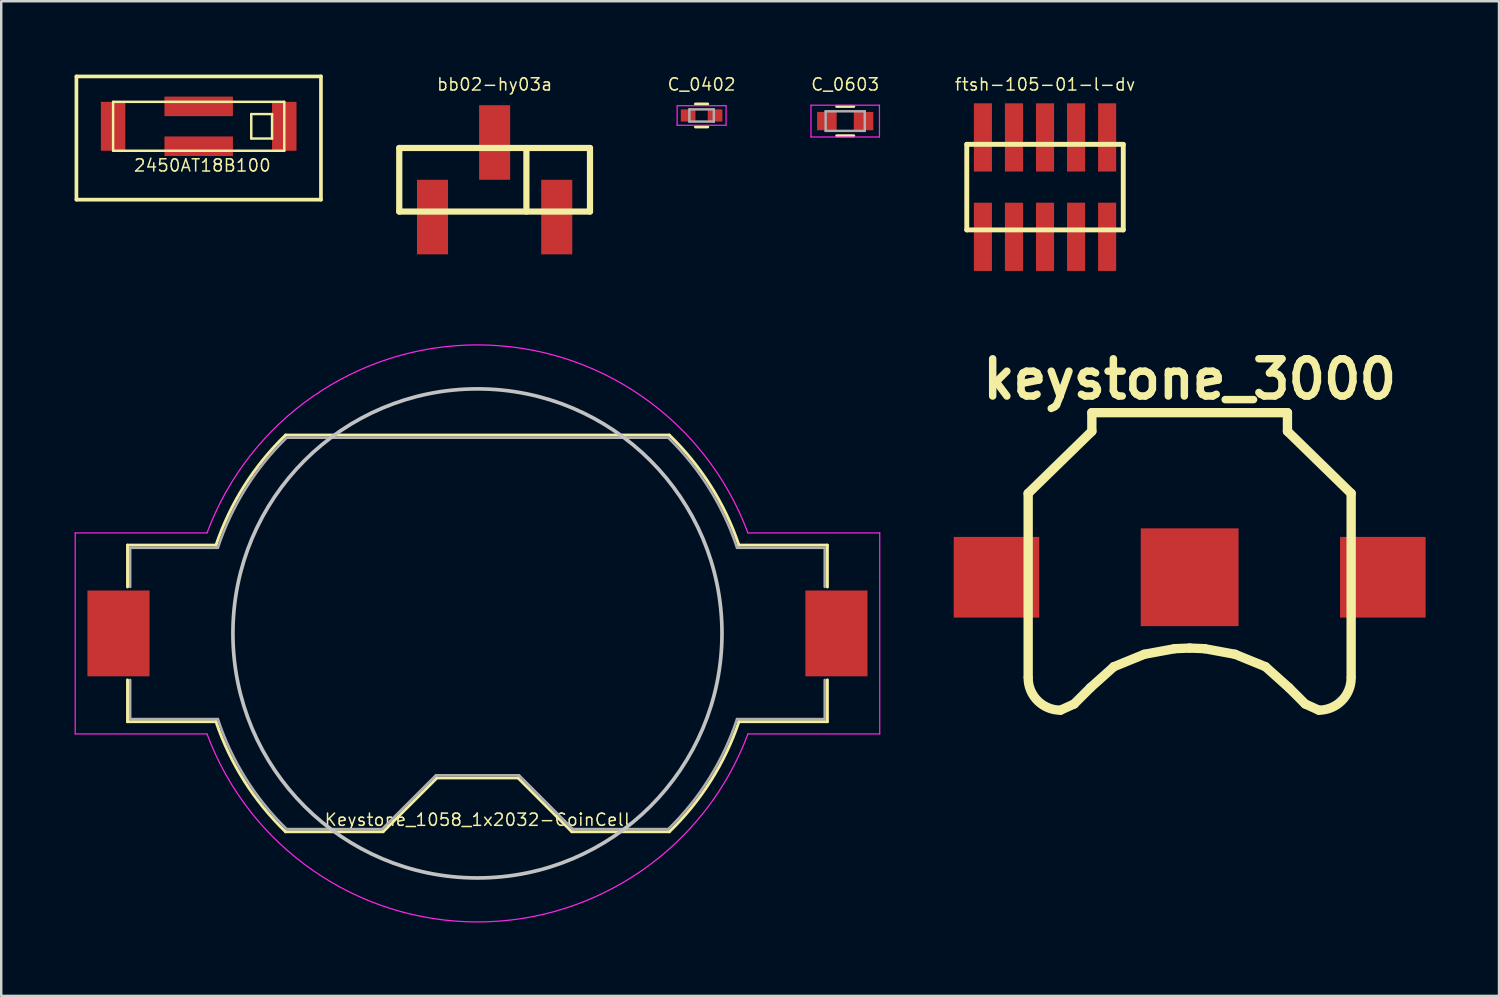
<source format=kicad_pcb>
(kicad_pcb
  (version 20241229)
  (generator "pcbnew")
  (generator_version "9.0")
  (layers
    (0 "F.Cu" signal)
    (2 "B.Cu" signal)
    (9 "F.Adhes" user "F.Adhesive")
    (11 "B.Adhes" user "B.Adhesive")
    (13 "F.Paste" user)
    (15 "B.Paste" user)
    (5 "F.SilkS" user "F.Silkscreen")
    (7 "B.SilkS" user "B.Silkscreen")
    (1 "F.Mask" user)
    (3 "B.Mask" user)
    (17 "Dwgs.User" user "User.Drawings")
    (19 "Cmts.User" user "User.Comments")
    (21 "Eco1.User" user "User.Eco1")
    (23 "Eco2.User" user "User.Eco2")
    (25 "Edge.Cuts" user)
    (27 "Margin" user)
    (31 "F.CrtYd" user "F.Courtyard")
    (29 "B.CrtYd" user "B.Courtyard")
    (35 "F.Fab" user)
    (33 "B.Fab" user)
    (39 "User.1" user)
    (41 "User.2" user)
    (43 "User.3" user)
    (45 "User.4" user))
  (footprint "2450AT18B100"
    (layer "F.Cu")
    (at 5.075 2.115)
    (property "Reference" "2450AT18B100" (at 0.15 1.6 0) (layer "F.SilkS") (effects (font (size 0.5 0.5) (thickness 0.062))))
    (attr through_hole)
    (fp_line (start -5 -2.04) (end 5 -2.04) (stroke (width 0.15) (type solid)) (layer "F.SilkS"))
    (fp_line (start -5 3) (end -5 -2.04) (stroke (width 0.15) (type solid)) (layer "F.SilkS"))
    (fp_line (start -3.5 -1) (end -3.5 1) (stroke (width 0.1) (type solid)) (layer "F.SilkS"))
    (fp_line (start -3.5 -1) (end 3.5 -1) (stroke (width 0.1) (type solid)) (layer "F.SilkS"))
    (fp_line (start -3.5 1) (end 3.5 1) (stroke (width 0.1) (type solid)) (layer "F.SilkS"))
    (fp_line (start 2.15 -0.5) (end 2.15 0.5) (stroke (width 0.1) (type solid)) (layer "F.SilkS"))
    (fp_line (start 2.15 0.5) (end 3 0.5) (stroke (width 0.1) (type solid)) (layer "F.SilkS"))
    (fp_line (start 3 -0.5) (end 2.15 -0.5) (stroke (width 0.1) (type solid)) (layer "F.SilkS"))
    (fp_line (start 3 0.5) (end 3 -0.5) (stroke (width 0.1) (type solid)) (layer "F.SilkS"))
    (fp_line (start 3.5 -1) (end 3.5 1) (stroke (width 0.1) (type solid)) (layer "F.SilkS"))
    (fp_line (start 5 -2.04) (end 5 3) (stroke (width 0.15) (type solid)) (layer "F.SilkS"))
    (fp_line (start 5 3) (end -5 3) (stroke (width 0.15) (type solid)) (layer "F.SilkS"))
    (pad "1" smd rect (at 3.5 0) (size 1 2) (layers "F.Cu" "F.Mask" "F.Paste"))
    (pad "2" smd rect (at -3.5 0) (size 1 2) (layers "F.Cu" "F.Mask" "F.Paste"))
    (pad "3" smd rect (at 0 -0.815) (size 2.8 0.8) (layers "F.Cu" "F.Mask" "F.Paste"))
    (pad "4" smd rect (at 0 0.815) (size 2.8 0.8) (layers "F.Cu" "F.Mask" "F.Paste")))
  (footprint "bb02-hy03a"
    (layer "F.Cu")
    (at 17.177 4.302)
    (property "Reference" "bb02-hy03a" (at 0 -3.9 0) (layer "F.SilkS") (effects (font (size 0.5 0.5) (thickness 0.062))))
    (attr through_hole)
    (fp_line (start -3.9 -1.3) (end 3.9 -1.3) (stroke (width 0.254) (type solid)) (layer "F.SilkS"))
    (fp_line (start -3.9 1.3) (end -3.9 -1.3) (stroke (width 0.254) (type solid)) (layer "F.SilkS"))
    (fp_line (start 1.3 1.3) (end 1.3 -1.3) (stroke (width 0.254) (type solid)) (layer "F.SilkS"))
    (fp_line (start 3.9 -1.3) (end 3.9 1.3) (stroke (width 0.254) (type solid)) (layer "F.SilkS"))
    (fp_line (start 3.9 1.3) (end -3.9 1.3) (stroke (width 0.254) (type solid)) (layer "F.SilkS"))
    (pad "1" smd rect (at 2.54 1.525) (size 1.27 3.05) (layers "F.Cu" "F.Mask" "F.Paste"))
    (pad "2" smd rect (at 0 -1.525) (size 1.27 3.05) (layers "F.Cu" "F.Mask" "F.Paste"))
    (pad "3" smd rect (at -2.54 1.525) (size 1.27 3.05) (layers "F.Cu" "F.Mask" "F.Paste")))
  (footprint "ftsh-105-01-l-dv"
    (layer "F.Cu")
    (at 39.685 4.602)
    (property "Reference" "ftsh-105-01-l-dv" (at 0 -4.2 0) (layer "F.SilkS") (effects (font (size 0.5 0.5) (thickness 0.062))))
    (attr through_hole)
    (fp_line (start -3.2 -1.75) (end -3.2 1.75) (stroke (width 0.2) (type solid)) (layer "F.SilkS"))
    (fp_line (start -3.2 -1.75) (end 3.2 -1.75) (stroke (width 0.2) (type solid)) (layer "F.SilkS"))
    (fp_line (start -3.2 1.75) (end 3.2 1.75) (stroke (width 0.2) (type solid)) (layer "F.SilkS"))
    (fp_line (start 3.2 -1.75) (end 3.2 1.75) (stroke (width 0.2) (type solid)) (layer "F.SilkS"))
    (pad "1" smd rect (at -2.54 2.032) (size 0.74 2.79) (layers "F.Cu" "F.Mask" "F.Paste"))
    (pad "2" smd rect (at -2.54 -2.032) (size 0.74 2.79) (layers "F.Cu" "F.Mask" "F.Paste"))
    (pad "3" smd rect (at -1.27 2.032) (size 0.74 2.79) (layers "F.Cu" "F.Mask" "F.Paste"))
    (pad "4" smd rect (at -1.27 -2.032) (size 0.74 2.79) (layers "F.Cu" "F.Mask" "F.Paste"))
    (pad "5" smd rect (at 0 2.032) (size 0.74 2.79) (layers "F.Cu" "F.Mask" "F.Paste"))
    (pad "6" smd rect (at 0 -2.032) (size 0.74 2.79) (layers "F.Cu" "F.Mask" "F.Paste"))
    (pad "7" smd rect (at 1.27 2.032) (size 0.74 2.79) (layers "F.Cu" "F.Mask" "F.Paste"))
    (pad "8" smd rect (at 1.27 -2.032) (size 0.74 2.79) (layers "F.Cu" "F.Mask" "F.Paste"))
    (pad "9" smd rect (at 2.54 2.032) (size 0.74 2.79) (layers "F.Cu" "F.Mask" "F.Paste"))
    (pad "10" smd rect (at 2.54 -2.032) (size 0.74 2.79) (layers "F.Cu" "F.Mask" "F.Paste")))
  (footprint "Keystone_1058_1x2032-CoinCell"
    (layer "F.Cu")
    (at 16.475 22.853)
    (property "Reference" "Keystone_1058_1x2032-CoinCell" (at 0 7.62 0) (layer "F.SilkS") (effects (font (size 0.5 0.5) (thickness 0.062))))
    (attr smd)
    (fp_line (start -14.31 -3.61) (end -10.692 -3.61) (stroke (width 0.12) (type solid)) (layer "F.SilkS"))
    (fp_line (start -14.31 -1.9) (end -14.31 -3.61) (stroke (width 0.12) (type solid)) (layer "F.SilkS"))
    (fp_line (start -14.31 1.9) (end -14.31 3.61) (stroke (width 0.12) (type solid)) (layer "F.SilkS"))
    (fp_line (start -10.692 3.61) (end -14.31 3.61) (stroke (width 0.12) (type solid)) (layer "F.SilkS"))
    (fp_line (start -7.847 -8.11) (end 7.847 -8.11) (stroke (width 0.12) (type solid)) (layer "F.SilkS"))
    (fp_line (start -3.86 8.11) (end -7.847 8.11) (stroke (width 0.12) (type solid)) (layer "F.SilkS"))
    (fp_line (start -1.66 5.91) (end -3.86 8.11) (stroke (width 0.12) (type solid)) (layer "F.SilkS"))
    (fp_line (start 1.66 5.91) (end -1.66 5.91) (stroke (width 0.12) (type solid)) (layer "F.SilkS"))
    (fp_line (start 1.66 5.91) (end 3.86 8.11) (stroke (width 0.12) (type solid)) (layer "F.SilkS"))
    (fp_line (start 7.847 8.11) (end 3.86 8.11) (stroke (width 0.12) (type solid)) (layer "F.SilkS"))
    (fp_line (start 10.692 -3.61) (end 14.31 -3.61) (stroke (width 0.12) (type solid)) (layer "F.SilkS"))
    (fp_line (start 14.31 -1.9) (end 14.31 -3.61) (stroke (width 0.12) (type solid)) (layer "F.SilkS"))
    (fp_line (start 14.31 1.9) (end 14.31 3.61) (stroke (width 0.12) (type solid)) (layer "F.SilkS"))
    (fp_line (start 14.31 3.61) (end 10.692 3.61) (stroke (width 0.12) (type solid)) (layer "F.SilkS"))
    (fp_arc (start -10.692 -3.61) (mid -9.538084 -6.031244) (end -7.845371 -8.111789) (stroke (width 0.12) (type solid)) (layer "F.SilkS"))
    (fp_arc (start -7.845371 8.111789) (mid -9.538085 6.031244) (end -10.692 3.61) (stroke (width 0.12) (type solid)) (layer "F.SilkS"))
    (fp_arc (start 7.845371 -8.111789) (mid 9.538085 -6.031244) (end 10.692 -3.61) (stroke (width 0.12) (type solid)) (layer "F.SilkS"))
    (fp_arc (start 10.692 3.61) (mid 9.538084 6.031244) (end 7.845371 8.111789) (stroke (width 0.12) (type solid)) (layer "F.SilkS"))
    (fp_circle (center 0 0) (end 10 0) (stroke (width 0.15) (type solid)) (fill no) (layer "Dwgs.User"))
    (fp_line (start -16.45 -4.11) (end -16.45 4.11) (stroke (width 0.05) (type solid)) (layer "F.CrtYd"))
    (fp_line (start -16.45 -4.11) (end -11.06 -4.11) (stroke (width 0.05) (type solid)) (layer "F.CrtYd"))
    (fp_line (start -16.45 4.11) (end -11.06 4.11) (stroke (width 0.05) (type solid)) (layer "F.CrtYd"))
    (fp_line (start 11.06 4.11) (end 16.45 4.11) (stroke (width 0.05) (type solid)) (layer "F.CrtYd"))
    (fp_line (start 16.45 -4.11) (end 11.06 -4.11) (stroke (width 0.05) (type solid)) (layer "F.CrtYd"))
    (fp_line (start 16.45 4.11) (end 16.45 -4.11) (stroke (width 0.05) (type solid)) (layer "F.CrtYd"))
    (fp_arc (start -11.06 -4.11) (mid -0.002978 -11.79897) (end 11.057924 -4.115582) (stroke (width 0.05) (type solid)) (layer "F.CrtYd"))
    (fp_arc (start 11.06 4.11) (mid 0.002978 11.79897) (end -11.057924 4.115582) (stroke (width 0.05) (type solid)) (layer "F.CrtYd"))
    (fp_line (start -14.2 -3.5) (end -14.2 -1.9) (stroke (width 0.1) (type solid)) (layer "F.Fab"))
    (fp_line (start -14.2 -3.5) (end -10.613 -3.5) (stroke (width 0.1) (type solid)) (layer "F.Fab"))
    (fp_line (start -14.2 1.9) (end -14.2 3.5) (stroke (width 0.1) (type solid)) (layer "F.Fab"))
    (fp_line (start -14.2 3.5) (end -10.613 3.5) (stroke (width 0.1) (type solid)) (layer "F.Fab"))
    (fp_line (start -7.803 -8) (end 7.803 -8) (stroke (width 0.1) (type solid)) (layer "F.Fab"))
    (fp_line (start -3.9 8) (end -7.803 8) (stroke (width 0.1) (type solid)) (layer "F.Fab"))
    (fp_line (start -1.7 5.8) (end -3.9 8) (stroke (width 0.1) (type solid)) (layer "F.Fab"))
    (fp_line (start -1.7 5.8) (end 1.7 5.8) (stroke (width 0.1) (type solid)) (layer "F.Fab"))
    (fp_line (start 1.7 5.8) (end 3.9 8) (stroke (width 0.1) (type solid)) (layer "F.Fab"))
    (fp_line (start 3.9 8) (end 7.803 8) (stroke (width 0.1) (type solid)) (layer "F.Fab"))
    (fp_line (start 10.613 -3.5) (end 14.2 -3.5) (stroke (width 0.1) (type solid)) (layer "F.Fab"))
    (fp_line (start 14.2 -3.5) (end 14.2 -1.9) (stroke (width 0.1) (type solid)) (layer "F.Fab"))
    (fp_line (start 14.2 1.9) (end 14.2 3.5) (stroke (width 0.1) (type solid)) (layer "F.Fab"))
    (fp_line (start 14.2 3.5) (end 10.613 3.5) (stroke (width 0.1) (type solid)) (layer "F.Fab"))
    (fp_arc (start -10.61275 -3.5) (mid -9.478596 -5.919179) (end -7.802602 -7.999992) (stroke (width 0.1) (type solid)) (layer "F.Fab"))
    (fp_arc (start -7.802602 7.999992) (mid -9.478596 5.91918) (end -10.61275 3.5) (stroke (width 0.1) (type solid)) (layer "F.Fab"))
    (fp_arc (start 7.802602 -7.999992) (mid 9.478596 -5.91918) (end 10.61275 -3.5) (stroke (width 0.1) (type solid)) (layer "F.Fab"))
    (fp_arc (start 10.61275 3.5) (mid 9.478596 5.919179) (end 7.802602 7.999992) (stroke (width 0.1) (type solid)) (layer "F.Fab"))
    (pad "1" smd rect (at -14.68 0) (size 2.54 3.51) (layers "F.Cu" "F.Mask" "F.Paste"))
    (pad "2" smd rect (at 14.68 0) (size 2.54 3.51) (layers "F.Cu" "F.Mask" "F.Paste")))
  (footprint "C_0603"
    (layer "F.Cu")
    (at 31.514 1.902)
    (property "Reference" "C_0603" (at 0 -1.5 0) (layer "F.SilkS") (effects (font (size 0.5 0.5) (thickness 0.062))))
    (attr smd)
    (fp_line (start -0.35 -0.6) (end 0.35 -0.6) (stroke (width 0.12) (type solid)) (layer "F.SilkS"))
    (fp_line (start 0.35 0.6) (end -0.35 0.6) (stroke (width 0.12) (type solid)) (layer "F.SilkS"))
    (fp_line (start -1.4 -0.65) (end -1.4 0.65) (stroke (width 0.05) (type solid)) (layer "F.CrtYd"))
    (fp_line (start -1.4 -0.65) (end 1.4 -0.65) (stroke (width 0.05) (type solid)) (layer "F.CrtYd"))
    (fp_line (start 1.4 0.65) (end -1.4 0.65) (stroke (width 0.05) (type solid)) (layer "F.CrtYd"))
    (fp_line (start 1.4 0.65) (end 1.4 -0.65) (stroke (width 0.05) (type solid)) (layer "F.CrtYd"))
    (fp_line (start -0.8 -0.4) (end 0.8 -0.4) (stroke (width 0.1) (type solid)) (layer "F.Fab"))
    (fp_line (start -0.8 0.4) (end -0.8 -0.4) (stroke (width 0.1) (type solid)) (layer "F.Fab"))
    (fp_line (start 0.8 -0.4) (end 0.8 0.4) (stroke (width 0.1) (type solid)) (layer "F.Fab"))
    (fp_line (start 0.8 0.4) (end -0.8 0.4) (stroke (width 0.1) (type solid)) (layer "F.Fab"))
    (pad "1" smd rect (at -0.75 0) (size 0.8 0.75) (layers "F.Cu" "F.Mask" "F.Paste"))
    (pad "2" smd rect (at 0.75 0) (size 0.8 0.75) (layers "F.Cu" "F.Mask" "F.Paste")))
  (footprint "keystone_3000"
    (layer "F.Cu")
    (at 45.6 20.556)
    (property "Reference" "keystone_3000" (at 0 -8.1 0) (layer "F.SilkS") (effects (font (size 1.524 1.524) (thickness 0.305))))
    (attr through_hole)
    (fp_line (start -6.604 -3.429) (end -6.604 4.064) (stroke (width 0.381) (type solid)) (layer "F.SilkS"))
    (fp_line (start -5.283 5.436) (end -4.724 5.182) (stroke (width 0.381) (type solid)) (layer "F.SilkS"))
    (fp_line (start -4.064 4.521) (end -4.724 5.182) (stroke (width 0.381) (type solid)) (layer "F.SilkS"))
    (fp_line (start -4 -6.731) (end -4 -5.969) (stroke (width 0.381) (type solid)) (layer "F.SilkS"))
    (fp_line (start -4 -6.731) (end 4 -6.731) (stroke (width 0.381) (type solid)) (layer "F.SilkS"))
    (fp_line (start -4 -5.969) (end -6.604 -3.429) (stroke (width 0.381) (type solid)) (layer "F.SilkS"))
    (fp_line (start -3.099 3.658) (end -4.064 4.521) (stroke (width 0.381) (type solid)) (layer "F.SilkS"))
    (fp_line (start -3.099 3.658) (end -1.854 3.15) (stroke (width 0.381) (type solid)) (layer "F.SilkS"))
    (fp_line (start -1.854 3.15) (end -0.61 2.921) (stroke (width 0.381) (type solid)) (layer "F.SilkS"))
    (fp_line (start -0.61 2.921) (end 0 2.896) (stroke (width 0.381) (type solid)) (layer "F.SilkS"))
    (fp_line (start 0 2.896) (end 0.61 2.921) (stroke (width 0.381) (type solid)) (layer "F.SilkS"))
    (fp_line (start 0.61 2.921) (end 1.854 3.15) (stroke (width 0.381) (type solid)) (layer "F.SilkS"))
    (fp_line (start 1.854 3.15) (end 3.099 3.658) (stroke (width 0.381) (type solid)) (layer "F.SilkS"))
    (fp_line (start 3.099 3.658) (end 4.064 4.521) (stroke (width 0.381) (type solid)) (layer "F.SilkS"))
    (fp_line (start 3.999 -6.731) (end 3.999 -5.969) (stroke (width 0.381) (type solid)) (layer "F.SilkS"))
    (fp_line (start 4 -5.969) (end 6.604 -3.429) (stroke (width 0.381) (type solid)) (layer "F.SilkS"))
    (fp_line (start 4.064 4.521) (end 4.724 5.182) (stroke (width 0.381) (type solid)) (layer "F.SilkS"))
    (fp_line (start 4.724 5.182) (end 5.283 5.436) (stroke (width 0.381) (type solid)) (layer "F.SilkS"))
    (fp_line (start 6.604 -3.429) (end 6.604 4.064) (stroke (width 0.381) (type solid)) (layer "F.SilkS"))
    (fp_arc (start -5.2832 5.4356) (mid -6.217147 5.048747) (end -6.604 4.1148) (stroke (width 0.381) (type solid)) (layer "F.SilkS"))
    (fp_arc (start 6.604 4.1148) (mid 6.217147 5.048747) (end 5.2832 5.4356) (stroke (width 0.381) (type solid)) (layer "F.SilkS"))
    (pad "1" smd rect (at -7.9 0) (size 3.5 3.3) (layers "F.Cu" "F.Mask" "F.Paste"))
    (pad "1" smd rect (at 7.9 0) (size 3.5 3.3) (layers "F.Cu" "F.Mask" "F.Paste"))
    (pad "2" smd rect (at 0 0) (size 4 4) (layers "F.Cu" "F.Mask" "F.Paste")))
  (footprint "C_0402"
    (layer "F.Cu")
    (at 25.641 1.672)
    (property "Reference" "C_0402" (at 0 -1.27 0) (layer "F.SilkS") (effects (font (size 0.5 0.5) (thickness 0.062))))
    (attr smd)
    (fp_line (start -0.25 0.47) (end 0.25 0.47) (stroke (width 0.12) (type solid)) (layer "F.SilkS"))
    (fp_line (start 0.25 -0.47) (end -0.25 -0.47) (stroke (width 0.12) (type solid)) (layer "F.SilkS"))
    (fp_line (start -1 -0.4) (end -1 0.4) (stroke (width 0.05) (type solid)) (layer "F.CrtYd"))
    (fp_line (start -1 -0.4) (end 1 -0.4) (stroke (width 0.05) (type solid)) (layer "F.CrtYd"))
    (fp_line (start 1 0.4) (end -1 0.4) (stroke (width 0.05) (type solid)) (layer "F.CrtYd"))
    (fp_line (start 1 0.4) (end 1 -0.4) (stroke (width 0.05) (type solid)) (layer "F.CrtYd"))
    (fp_line (start -0.5 -0.25) (end 0.5 -0.25) (stroke (width 0.1) (type solid)) (layer "F.Fab"))
    (fp_line (start -0.5 0.25) (end -0.5 -0.25) (stroke (width 0.1) (type solid)) (layer "F.Fab"))
    (fp_line (start 0.5 -0.25) (end 0.5 0.25) (stroke (width 0.1) (type solid)) (layer "F.Fab"))
    (fp_line (start 0.5 0.25) (end -0.5 0.25) (stroke (width 0.1) (type solid)) (layer "F.Fab"))
    (pad "1" smd rect (at -0.55 0) (size 0.6 0.5) (layers "F.Cu" "F.Mask" "F.Paste"))
    (pad "2" smd rect (at 0.55 0) (size 0.6 0.5) (layers "F.Cu" "F.Mask" "F.Paste")))
  (gr_rect
    (start -3 -3)
    (end 58.25 37.677)
    (stroke (width 0.1) (type default))
    (fill no)
    (layer "Edge.Cuts")))
</source>
